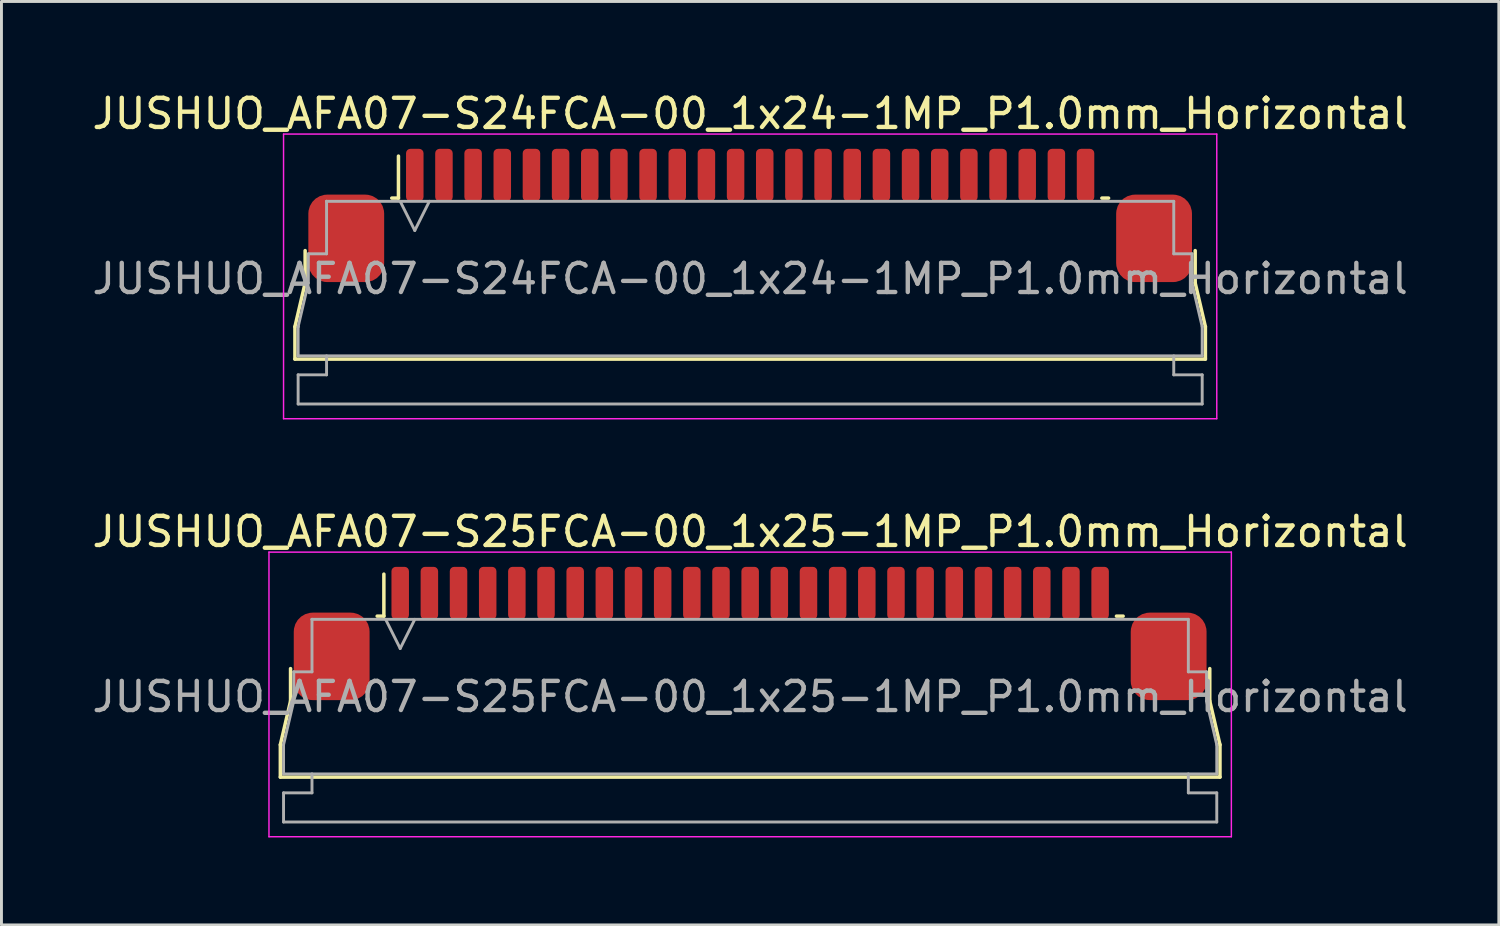
<source format=kicad_pcb>
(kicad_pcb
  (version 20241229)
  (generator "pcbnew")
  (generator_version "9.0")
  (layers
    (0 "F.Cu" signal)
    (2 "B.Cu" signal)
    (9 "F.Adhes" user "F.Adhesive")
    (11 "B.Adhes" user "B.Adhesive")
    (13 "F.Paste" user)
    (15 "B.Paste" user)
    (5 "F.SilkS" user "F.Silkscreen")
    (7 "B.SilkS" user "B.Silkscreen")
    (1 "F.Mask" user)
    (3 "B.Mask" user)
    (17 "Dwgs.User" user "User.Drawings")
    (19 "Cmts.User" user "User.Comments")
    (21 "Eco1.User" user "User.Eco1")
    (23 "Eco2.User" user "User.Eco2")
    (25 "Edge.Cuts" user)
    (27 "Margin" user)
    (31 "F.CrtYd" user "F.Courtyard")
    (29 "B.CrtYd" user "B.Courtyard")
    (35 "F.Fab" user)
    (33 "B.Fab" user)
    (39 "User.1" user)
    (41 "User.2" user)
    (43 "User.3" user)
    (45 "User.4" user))
  (footprint "JUSHUO_AFA07-S25FCA-00_1x25-1MP_P1.0mm_Horizontal"
    (layer "F.Cu")
    (at 22.673 20.662)
    (property "Reference" "JUSHUO_AFA07-S25FCA-00_1x25-1MP_P1.0mm_Horizontal" (at 0 -5.48 0) (layer "F.SilkS") (effects (font (size 1 1) (thickness 0.15))))
    (attr smd)
    (fp_line (start -16.11 1.825) (end -15.76 0.325) (stroke (width 0.12) (type solid)) (layer "F.SilkS"))
    (fp_line (start -16.11 2.935) (end -16.11 1.825) (stroke (width 0.12) (type solid)) (layer "F.SilkS"))
    (fp_line (start -15.76 0.325) (end -15.76 -0.785) (stroke (width 0.12) (type solid)) (layer "F.SilkS"))
    (fp_line (start -12.79 -2.585) (end -12.56 -2.585) (stroke (width 0.12) (type solid)) (layer "F.SilkS"))
    (fp_line (start -12.56 -2.585) (end -12.56 -4.025) (stroke (width 0.12) (type solid)) (layer "F.SilkS"))
    (fp_line (start 12.56 -2.585) (end 12.79 -2.585) (stroke (width 0.12) (type solid)) (layer "F.SilkS"))
    (fp_line (start 15.76 -0.785) (end 15.76 0.325) (stroke (width 0.12) (type solid)) (layer "F.SilkS"))
    (fp_line (start 15.76 0.325) (end 16.11 1.825) (stroke (width 0.12) (type solid)) (layer "F.SilkS"))
    (fp_line (start 16.11 1.825) (end 16.11 2.935) (stroke (width 0.12) (type solid)) (layer "F.SilkS"))
    (fp_line (start 16.11 2.935) (end -16.11 2.935) (stroke (width 0.12) (type solid)) (layer "F.SilkS"))
    (fp_line (start -16.5 -4.78) (end -16.5 4.98) (stroke (width 0.05) (type solid)) (layer "F.CrtYd"))
    (fp_line (start -16.5 4.98) (end 16.5 4.98) (stroke (width 0.05) (type solid)) (layer "F.CrtYd"))
    (fp_line (start 16.5 -4.78) (end -16.5 -4.78) (stroke (width 0.05) (type solid)) (layer "F.CrtYd"))
    (fp_line (start 16.5 4.98) (end 16.5 -4.78) (stroke (width 0.05) (type solid)) (layer "F.CrtYd"))
    (fp_line (start -16 1.825) (end -16 1.825) (stroke (width 0.1) (type solid)) (layer "F.Fab"))
    (fp_line (start -16 1.825) (end -15.65 0.325) (stroke (width 0.1) (type solid)) (layer "F.Fab"))
    (fp_line (start -16 2.825) (end -16 1.825) (stroke (width 0.1) (type solid)) (layer "F.Fab"))
    (fp_line (start -16 3.475) (end -15.025 3.475) (stroke (width 0.1) (type solid)) (layer "F.Fab"))
    (fp_line (start -16 4.475) (end -16 3.475) (stroke (width 0.1) (type solid)) (layer "F.Fab"))
    (fp_line (start -15.65 -0.675) (end -15.025 -0.675) (stroke (width 0.1) (type solid)) (layer "F.Fab"))
    (fp_line (start -15.65 0.325) (end -15.65 -0.675) (stroke (width 0.1) (type solid)) (layer "F.Fab"))
    (fp_line (start -15.025 -2.475) (end -15.025 -2.475) (stroke (width 0.1) (type solid)) (layer "F.Fab"))
    (fp_line (start -15.025 -2.475) (end 15.025 -2.475) (stroke (width 0.1) (type solid)) (layer "F.Fab"))
    (fp_line (start -15.025 -0.675) (end -15.025 -2.475) (stroke (width 0.1) (type solid)) (layer "F.Fab"))
    (fp_line (start -15.025 3.475) (end -15.025 2.825) (stroke (width 0.1) (type solid)) (layer "F.Fab"))
    (fp_line (start -12.5 -2.475) (end -12 -1.475) (stroke (width 0.1) (type solid)) (layer "F.Fab"))
    (fp_line (start -12 -1.475) (end -11.5 -2.475) (stroke (width 0.1) (type solid)) (layer "F.Fab"))
    (fp_line (start 15.025 -2.475) (end 15.025 -0.675) (stroke (width 0.1) (type solid)) (layer "F.Fab"))
    (fp_line (start 15.025 -0.675) (end 15.65 -0.675) (stroke (width 0.1) (type solid)) (layer "F.Fab"))
    (fp_line (start 15.025 2.825) (end 15.025 3.475) (stroke (width 0.1) (type solid)) (layer "F.Fab"))
    (fp_line (start 15.025 3.475) (end 16 3.475) (stroke (width 0.1) (type solid)) (layer "F.Fab"))
    (fp_line (start 15.65 -0.675) (end 15.65 0.325) (stroke (width 0.1) (type solid)) (layer "F.Fab"))
    (fp_line (start 15.65 0.325) (end 16 1.825) (stroke (width 0.1) (type solid)) (layer "F.Fab"))
    (fp_line (start 16 1.825) (end 16 2.825) (stroke (width 0.1) (type solid)) (layer "F.Fab"))
    (fp_line (start 16 2.825) (end -16 2.825) (stroke (width 0.1) (type solid)) (layer "F.Fab"))
    (fp_line (start 16 3.475) (end 16 4.475) (stroke (width 0.1) (type solid)) (layer "F.Fab"))
    (fp_line (start 16 4.475) (end -16 4.475) (stroke (width 0.1) (type solid)) (layer "F.Fab"))
    (fp_text user "${REFERENCE}" (at 0 0.18 0) (layer "F.Fab") (effects (font (size 1 1) (thickness 0.15))))
    (pad "1" smd roundrect (at -12 -3.375) (size 0.6 1.8) (layers "F.Cu" "F.Mask" "F.Paste") (roundrect_rratio 0.25))
    (pad "2" smd roundrect (at -11 -3.375) (size 0.6 1.8) (layers "F.Cu" "F.Mask" "F.Paste") (roundrect_rratio 0.25))
    (pad "3" smd roundrect (at -10 -3.375) (size 0.6 1.8) (layers "F.Cu" "F.Mask" "F.Paste") (roundrect_rratio 0.25))
    (pad "4" smd roundrect (at -9 -3.375) (size 0.6 1.8) (layers "F.Cu" "F.Mask" "F.Paste") (roundrect_rratio 0.25))
    (pad "5" smd roundrect (at -8 -3.375) (size 0.6 1.8) (layers "F.Cu" "F.Mask" "F.Paste") (roundrect_rratio 0.25))
    (pad "6" smd roundrect (at -7 -3.375) (size 0.6 1.8) (layers "F.Cu" "F.Mask" "F.Paste") (roundrect_rratio 0.25))
    (pad "7" smd roundrect (at -6 -3.375) (size 0.6 1.8) (layers "F.Cu" "F.Mask" "F.Paste") (roundrect_rratio 0.25))
    (pad "8" smd roundrect (at -5 -3.375) (size 0.6 1.8) (layers "F.Cu" "F.Mask" "F.Paste") (roundrect_rratio 0.25))
    (pad "9" smd roundrect (at -4 -3.375) (size 0.6 1.8) (layers "F.Cu" "F.Mask" "F.Paste") (roundrect_rratio 0.25))
    (pad "10" smd roundrect (at -3 -3.375) (size 0.6 1.8) (layers "F.Cu" "F.Mask" "F.Paste") (roundrect_rratio 0.25))
    (pad "11" smd roundrect (at -2 -3.375) (size 0.6 1.8) (layers "F.Cu" "F.Mask" "F.Paste") (roundrect_rratio 0.25))
    (pad "12" smd roundrect (at -1 -3.375) (size 0.6 1.8) (layers "F.Cu" "F.Mask" "F.Paste") (roundrect_rratio 0.25))
    (pad "13" smd roundrect (at 0 -3.375) (size 0.6 1.8) (layers "F.Cu" "F.Mask" "F.Paste") (roundrect_rratio 0.25))
    (pad "14" smd roundrect (at 1 -3.375) (size 0.6 1.8) (layers "F.Cu" "F.Mask" "F.Paste") (roundrect_rratio 0.25))
    (pad "15" smd roundrect (at 2 -3.375) (size 0.6 1.8) (layers "F.Cu" "F.Mask" "F.Paste") (roundrect_rratio 0.25))
    (pad "16" smd roundrect (at 3 -3.375) (size 0.6 1.8) (layers "F.Cu" "F.Mask" "F.Paste") (roundrect_rratio 0.25))
    (pad "17" smd roundrect (at 4 -3.375) (size 0.6 1.8) (layers "F.Cu" "F.Mask" "F.Paste") (roundrect_rratio 0.25))
    (pad "18" smd roundrect (at 5 -3.375) (size 0.6 1.8) (layers "F.Cu" "F.Mask" "F.Paste") (roundrect_rratio 0.25))
    (pad "19" smd roundrect (at 6 -3.375) (size 0.6 1.8) (layers "F.Cu" "F.Mask" "F.Paste") (roundrect_rratio 0.25))
    (pad "20" smd roundrect (at 7 -3.375) (size 0.6 1.8) (layers "F.Cu" "F.Mask" "F.Paste") (roundrect_rratio 0.25))
    (pad "21" smd roundrect (at 8 -3.375) (size 0.6 1.8) (layers "F.Cu" "F.Mask" "F.Paste") (roundrect_rratio 0.25))
    (pad "22" smd roundrect (at 9 -3.375) (size 0.6 1.8) (layers "F.Cu" "F.Mask" "F.Paste") (roundrect_rratio 0.25))
    (pad "23" smd roundrect (at 10 -3.375) (size 0.6 1.8) (layers "F.Cu" "F.Mask" "F.Paste") (roundrect_rratio 0.25))
    (pad "24" smd roundrect (at 11 -3.375) (size 0.6 1.8) (layers "F.Cu" "F.Mask" "F.Paste") (roundrect_rratio 0.25))
    (pad "25" smd roundrect (at 12 -3.375) (size 0.6 1.8) (layers "F.Cu" "F.Mask" "F.Paste") (roundrect_rratio 0.25))
    (pad "MP" smd roundrect (at -14.35 -1.205) (size 2.6 3) (layers "F.Cu" "F.Mask" "F.Paste") (roundrect_rratio 0.25))
    (pad "MP" smd roundrect (at 14.35 -1.205) (size 2.6 3) (layers "F.Cu" "F.Mask" "F.Paste") (roundrect_rratio 0.25)))
  (footprint "JUSHUO_AFA07-S24FCA-00_1x24-1MP_P1.0mm_Horizontal"
    (layer "F.Cu")
    (at 22.673 6.328)
    (property "Reference" "JUSHUO_AFA07-S24FCA-00_1x24-1MP_P1.0mm_Horizontal" (at 0 -5.48 0) (layer "F.SilkS") (effects (font (size 1 1) (thickness 0.15))))
    (attr smd)
    (fp_line (start -15.61 1.825) (end -15.26 0.325) (stroke (width 0.12) (type solid)) (layer "F.SilkS"))
    (fp_line (start -15.61 2.935) (end -15.61 1.825) (stroke (width 0.12) (type solid)) (layer "F.SilkS"))
    (fp_line (start -15.26 0.325) (end -15.26 -0.785) (stroke (width 0.12) (type solid)) (layer "F.SilkS"))
    (fp_line (start -12.29 -2.585) (end -12.06 -2.585) (stroke (width 0.12) (type solid)) (layer "F.SilkS"))
    (fp_line (start -12.06 -2.585) (end -12.06 -4.025) (stroke (width 0.12) (type solid)) (layer "F.SilkS"))
    (fp_line (start 12.06 -2.585) (end 12.29 -2.585) (stroke (width 0.12) (type solid)) (layer "F.SilkS"))
    (fp_line (start 15.26 -0.785) (end 15.26 0.325) (stroke (width 0.12) (type solid)) (layer "F.SilkS"))
    (fp_line (start 15.26 0.325) (end 15.61 1.825) (stroke (width 0.12) (type solid)) (layer "F.SilkS"))
    (fp_line (start 15.61 1.825) (end 15.61 2.935) (stroke (width 0.12) (type solid)) (layer "F.SilkS"))
    (fp_line (start 15.61 2.935) (end -15.61 2.935) (stroke (width 0.12) (type solid)) (layer "F.SilkS"))
    (fp_line (start -16 -4.78) (end -16 4.98) (stroke (width 0.05) (type solid)) (layer "F.CrtYd"))
    (fp_line (start -16 4.98) (end 16 4.98) (stroke (width 0.05) (type solid)) (layer "F.CrtYd"))
    (fp_line (start 16 -4.78) (end -16 -4.78) (stroke (width 0.05) (type solid)) (layer "F.CrtYd"))
    (fp_line (start 16 4.98) (end 16 -4.78) (stroke (width 0.05) (type solid)) (layer "F.CrtYd"))
    (fp_line (start -15.5 1.825) (end -15.5 1.825) (stroke (width 0.1) (type solid)) (layer "F.Fab"))
    (fp_line (start -15.5 1.825) (end -15.15 0.325) (stroke (width 0.1) (type solid)) (layer "F.Fab"))
    (fp_line (start -15.5 2.825) (end -15.5 1.825) (stroke (width 0.1) (type solid)) (layer "F.Fab"))
    (fp_line (start -15.5 3.475) (end -14.525 3.475) (stroke (width 0.1) (type solid)) (layer "F.Fab"))
    (fp_line (start -15.5 4.475) (end -15.5 3.475) (stroke (width 0.1) (type solid)) (layer "F.Fab"))
    (fp_line (start -15.15 -0.675) (end -14.525 -0.675) (stroke (width 0.1) (type solid)) (layer "F.Fab"))
    (fp_line (start -15.15 0.325) (end -15.15 -0.675) (stroke (width 0.1) (type solid)) (layer "F.Fab"))
    (fp_line (start -14.525 -2.475) (end -14.525 -2.475) (stroke (width 0.1) (type solid)) (layer "F.Fab"))
    (fp_line (start -14.525 -2.475) (end 14.525 -2.475) (stroke (width 0.1) (type solid)) (layer "F.Fab"))
    (fp_line (start -14.525 -0.675) (end -14.525 -2.475) (stroke (width 0.1) (type solid)) (layer "F.Fab"))
    (fp_line (start -14.525 3.475) (end -14.525 2.825) (stroke (width 0.1) (type solid)) (layer "F.Fab"))
    (fp_line (start -12 -2.475) (end -11.5 -1.475) (stroke (width 0.1) (type solid)) (layer "F.Fab"))
    (fp_line (start -11.5 -1.475) (end -11 -2.475) (stroke (width 0.1) (type solid)) (layer "F.Fab"))
    (fp_line (start 14.525 -2.475) (end 14.525 -0.675) (stroke (width 0.1) (type solid)) (layer "F.Fab"))
    (fp_line (start 14.525 -0.675) (end 15.15 -0.675) (stroke (width 0.1) (type solid)) (layer "F.Fab"))
    (fp_line (start 14.525 2.825) (end 14.525 3.475) (stroke (width 0.1) (type solid)) (layer "F.Fab"))
    (fp_line (start 14.525 3.475) (end 15.5 3.475) (stroke (width 0.1) (type solid)) (layer "F.Fab"))
    (fp_line (start 15.15 -0.675) (end 15.15 0.325) (stroke (width 0.1) (type solid)) (layer "F.Fab"))
    (fp_line (start 15.15 0.325) (end 15.5 1.825) (stroke (width 0.1) (type solid)) (layer "F.Fab"))
    (fp_line (start 15.5 1.825) (end 15.5 2.825) (stroke (width 0.1) (type solid)) (layer "F.Fab"))
    (fp_line (start 15.5 2.825) (end -15.5 2.825) (stroke (width 0.1) (type solid)) (layer "F.Fab"))
    (fp_line (start 15.5 3.475) (end 15.5 4.475) (stroke (width 0.1) (type solid)) (layer "F.Fab"))
    (fp_line (start 15.5 4.475) (end -15.5 4.475) (stroke (width 0.1) (type solid)) (layer "F.Fab"))
    (fp_text user "${REFERENCE}" (at 0 0.18 0) (layer "F.Fab") (effects (font (size 1 1) (thickness 0.15))))
    (pad "1" smd roundrect (at -11.5 -3.375) (size 0.6 1.8) (layers "F.Cu" "F.Mask" "F.Paste") (roundrect_rratio 0.25))
    (pad "2" smd roundrect (at -10.5 -3.375) (size 0.6 1.8) (layers "F.Cu" "F.Mask" "F.Paste") (roundrect_rratio 0.25))
    (pad "3" smd roundrect (at -9.5 -3.375) (size 0.6 1.8) (layers "F.Cu" "F.Mask" "F.Paste") (roundrect_rratio 0.25))
    (pad "4" smd roundrect (at -8.5 -3.375) (size 0.6 1.8) (layers "F.Cu" "F.Mask" "F.Paste") (roundrect_rratio 0.25))
    (pad "5" smd roundrect (at -7.5 -3.375) (size 0.6 1.8) (layers "F.Cu" "F.Mask" "F.Paste") (roundrect_rratio 0.25))
    (pad "6" smd roundrect (at -6.5 -3.375) (size 0.6 1.8) (layers "F.Cu" "F.Mask" "F.Paste") (roundrect_rratio 0.25))
    (pad "7" smd roundrect (at -5.5 -3.375) (size 0.6 1.8) (layers "F.Cu" "F.Mask" "F.Paste") (roundrect_rratio 0.25))
    (pad "8" smd roundrect (at -4.5 -3.375) (size 0.6 1.8) (layers "F.Cu" "F.Mask" "F.Paste") (roundrect_rratio 0.25))
    (pad "9" smd roundrect (at -3.5 -3.375) (size 0.6 1.8) (layers "F.Cu" "F.Mask" "F.Paste") (roundrect_rratio 0.25))
    (pad "10" smd roundrect (at -2.5 -3.375) (size 0.6 1.8) (layers "F.Cu" "F.Mask" "F.Paste") (roundrect_rratio 0.25))
    (pad "11" smd roundrect (at -1.5 -3.375) (size 0.6 1.8) (layers "F.Cu" "F.Mask" "F.Paste") (roundrect_rratio 0.25))
    (pad "12" smd roundrect (at -0.5 -3.375) (size 0.6 1.8) (layers "F.Cu" "F.Mask" "F.Paste") (roundrect_rratio 0.25))
    (pad "13" smd roundrect (at 0.5 -3.375) (size 0.6 1.8) (layers "F.Cu" "F.Mask" "F.Paste") (roundrect_rratio 0.25))
    (pad "14" smd roundrect (at 1.5 -3.375) (size 0.6 1.8) (layers "F.Cu" "F.Mask" "F.Paste") (roundrect_rratio 0.25))
    (pad "15" smd roundrect (at 2.5 -3.375) (size 0.6 1.8) (layers "F.Cu" "F.Mask" "F.Paste") (roundrect_rratio 0.25))
    (pad "16" smd roundrect (at 3.5 -3.375) (size 0.6 1.8) (layers "F.Cu" "F.Mask" "F.Paste") (roundrect_rratio 0.25))
    (pad "17" smd roundrect (at 4.5 -3.375) (size 0.6 1.8) (layers "F.Cu" "F.Mask" "F.Paste") (roundrect_rratio 0.25))
    (pad "18" smd roundrect (at 5.5 -3.375) (size 0.6 1.8) (layers "F.Cu" "F.Mask" "F.Paste") (roundrect_rratio 0.25))
    (pad "19" smd roundrect (at 6.5 -3.375) (size 0.6 1.8) (layers "F.Cu" "F.Mask" "F.Paste") (roundrect_rratio 0.25))
    (pad "20" smd roundrect (at 7.5 -3.375) (size 0.6 1.8) (layers "F.Cu" "F.Mask" "F.Paste") (roundrect_rratio 0.25))
    (pad "21" smd roundrect (at 8.5 -3.375) (size 0.6 1.8) (layers "F.Cu" "F.Mask" "F.Paste") (roundrect_rratio 0.25))
    (pad "22" smd roundrect (at 9.5 -3.375) (size 0.6 1.8) (layers "F.Cu" "F.Mask" "F.Paste") (roundrect_rratio 0.25))
    (pad "23" smd roundrect (at 10.5 -3.375) (size 0.6 1.8) (layers "F.Cu" "F.Mask" "F.Paste") (roundrect_rratio 0.25))
    (pad "24" smd roundrect (at 11.5 -3.375) (size 0.6 1.8) (layers "F.Cu" "F.Mask" "F.Paste") (roundrect_rratio 0.25))
    (pad "MP" smd roundrect (at -13.85 -1.205) (size 2.6 3) (layers "F.Cu" "F.Mask" "F.Paste") (roundrect_rratio 0.25))
    (pad "MP" smd roundrect (at 13.85 -1.205) (size 2.6 3) (layers "F.Cu" "F.Mask" "F.Paste") (roundrect_rratio 0.25)))
  (gr_rect
    (start -3 -3)
    (end 48.345 28.666)
    (stroke (width 0.1) (type default))
    (fill no)
    (layer "Edge.Cuts")))
</source>
